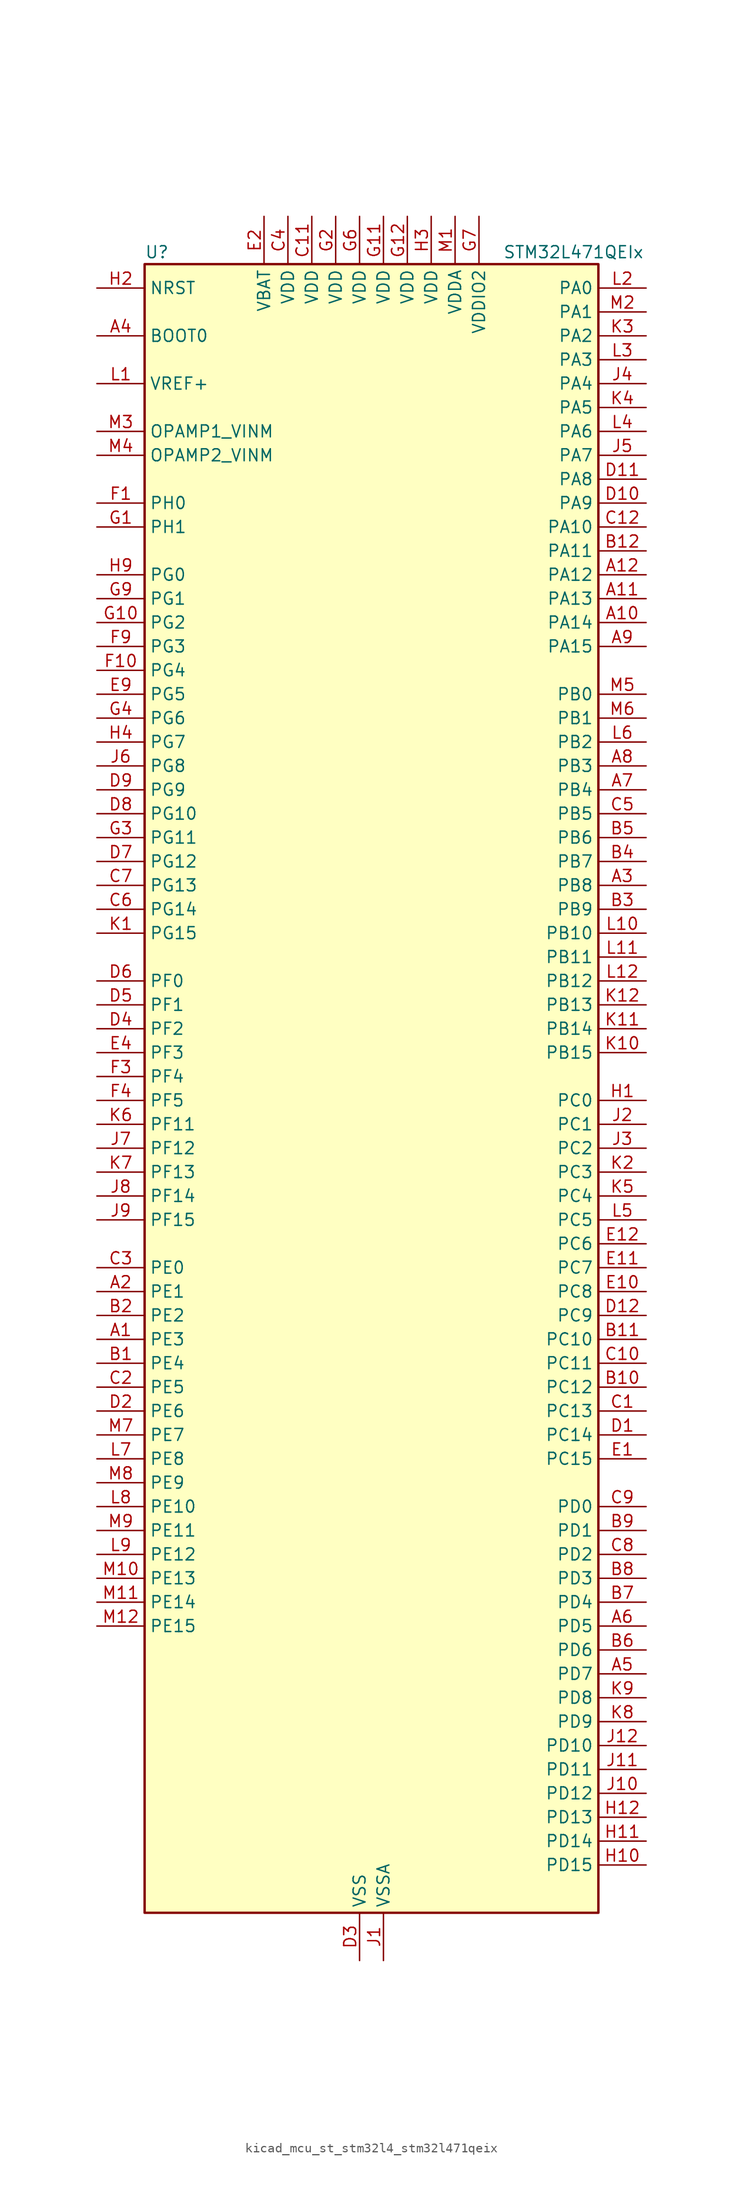
<source format=kicad_sym>
(kicad_symbol_lib
  (version 20220914)
  (generator kicad_symbol_editor)
  (symbol "kicad_mcu_st_stm32l4_stm32l471qeix"
    (property "Reference" "U"
      (at -22.86 90.17 0)
      (effects (font (size 1.27 1.27)) (justify left)))
    (property "Value" "STM32L471QEIx"
      (at 15.24 90.17 0)
      (effects (font (size 1.27 1.27)) (justify left)))
    (property "ki_locked" ""
      (at 0 0 0)
      (effects (font (size 1.27 1.27))))
    (symbol "kicad_mcu_st_stm32l4_stm32l471qeix_0_1"
      (rectangle (start -22.86 -86.36) (end 25.4 88.9) (stroke (width 0.254) (type default)) (fill (type background))))
    (symbol "kicad_mcu_st_stm32l4_stm32l471qeix_1_1"
      (pin bidirectional line (at -27.94 -25.4 0) (length 5.08) (name "PE3" (effects (font (size 1.27 1.27)))) (number "A1" (effects (font (size 1.27 1.27)))) (alternate "FMC_A19" bidirectional line) (alternate "SAI1_SD_B" bidirectional line) (alternate "SYS_TRACED0" bidirectional line) (alternate "TIM3_CH1" bidirectional line) (alternate "TSC_G7_IO2" bidirectional line))
      (pin bidirectional line (at 30.48 50.8 180) (length 5.08) (name "PA14" (effects (font (size 1.27 1.27)))) (number "A10" (effects (font (size 1.27 1.27)))) (alternate "SYS_JTCK-SWCLK" bidirectional line))
      (pin bidirectional line (at 30.48 53.34 180) (length 5.08) (name "PA13" (effects (font (size 1.27 1.27)))) (number "A11" (effects (font (size 1.27 1.27)))) (alternate "IR_OUT" bidirectional line) (alternate "SYS_JTMS-SWDIO" bidirectional line))
      (pin bidirectional line (at 30.48 55.88 180) (length 5.08) (name "PA12" (effects (font (size 1.27 1.27)))) (number "A12" (effects (font (size 1.27 1.27)))) (alternate "CAN1_TX" bidirectional line) (alternate "TIM1_ETR" bidirectional line) (alternate "USART1_DE" bidirectional line) (alternate "USART1_RTS" bidirectional line))
      (pin bidirectional line (at -27.94 -20.32 0) (length 5.08) (name "PE1" (effects (font (size 1.27 1.27)))) (number "A2" (effects (font (size 1.27 1.27)))) (alternate "FMC_NBL1" bidirectional line) (alternate "TIM17_CH1" bidirectional line))
      (pin bidirectional line (at 30.48 22.86 180) (length 5.08) (name "PB8" (effects (font (size 1.27 1.27)))) (number "A3" (effects (font (size 1.27 1.27)))) (alternate "CAN1_RX" bidirectional line) (alternate "DFSDM1_DATIN6" bidirectional line) (alternate "I2C1_SCL" bidirectional line) (alternate "SAI1_MCLK_A" bidirectional line) (alternate "SDMMC1_D4" bidirectional line) (alternate "TIM16_CH1" bidirectional line) (alternate "TIM4_CH3" bidirectional line))
      (pin input line (at -27.94 81.28 0) (length 5.08) (name "BOOT0" (effects (font (size 1.27 1.27)))) (number "A4" (effects (font (size 1.27 1.27)))))
      (pin bidirectional line (at 30.48 -60.96 180) (length 5.08) (name "PD7" (effects (font (size 1.27 1.27)))) (number "A5" (effects (font (size 1.27 1.27)))) (alternate "DFSDM1_CKIN1" bidirectional line) (alternate "FMC_NE1" bidirectional line) (alternate "USART2_CK" bidirectional line))
      (pin bidirectional line (at 30.48 -55.88 180) (length 5.08) (name "PD5" (effects (font (size 1.27 1.27)))) (number "A6" (effects (font (size 1.27 1.27)))) (alternate "FMC_NWE" bidirectional line) (alternate "USART2_TX" bidirectional line))
      (pin bidirectional line (at 30.48 33.02 180) (length 5.08) (name "PB4" (effects (font (size 1.27 1.27)))) (number "A7" (effects (font (size 1.27 1.27)))) (alternate "COMP2_INP" bidirectional line) (alternate "SAI1_MCLK_B" bidirectional line) (alternate "SPI1_MISO" bidirectional line) (alternate "SPI3_MISO" bidirectional line) (alternate "SYS_JTRST" bidirectional line) (alternate "TIM17_BKIN" bidirectional line) (alternate "TIM3_CH1" bidirectional line) (alternate "TSC_G2_IO1" bidirectional line) (alternate "UART5_DE" bidirectional line) (alternate "UART5_RTS" bidirectional line) (alternate "USART1_CTS" bidirectional line))
      (pin bidirectional line (at 30.48 35.56 180) (length 5.08) (name "PB3" (effects (font (size 1.27 1.27)))) (number "A8" (effects (font (size 1.27 1.27)))) (alternate "COMP2_INM" bidirectional line) (alternate "SAI1_SCK_B" bidirectional line) (alternate "SPI1_SCK" bidirectional line) (alternate "SPI3_SCK" bidirectional line) (alternate "SYS_JTDO-SWO" bidirectional line) (alternate "TIM2_CH2" bidirectional line) (alternate "USART1_DE" bidirectional line) (alternate "USART1_RTS" bidirectional line))
      (pin bidirectional line (at 30.48 48.26 180) (length 5.08) (name "PA15" (effects (font (size 1.27 1.27)))) (number "A9" (effects (font (size 1.27 1.27)))) (alternate "ADC1_EXTI15" bidirectional line) (alternate "ADC2_EXTI15" bidirectional line) (alternate "ADC3_EXTI15" bidirectional line) (alternate "SAI2_FS_B" bidirectional line) (alternate "SPI1_NSS" bidirectional line) (alternate "SPI3_NSS" bidirectional line) (alternate "SYS_JTDI" bidirectional line) (alternate "TIM2_CH1" bidirectional line) (alternate "TIM2_ETR" bidirectional line) (alternate "TSC_G3_IO1" bidirectional line) (alternate "UART4_DE" bidirectional line) (alternate "UART4_RTS" bidirectional line))
      (pin bidirectional line (at -27.94 -27.94 0) (length 5.08) (name "PE4" (effects (font (size 1.27 1.27)))) (number "B1" (effects (font (size 1.27 1.27)))) (alternate "DFSDM1_DATIN3" bidirectional line) (alternate "FMC_A20" bidirectional line) (alternate "SAI1_FS_A" bidirectional line) (alternate "SYS_TRACED1" bidirectional line) (alternate "TIM3_CH2" bidirectional line) (alternate "TSC_G7_IO3" bidirectional line))
      (pin bidirectional line (at 30.48 -30.48 180) (length 5.08) (name "PC12" (effects (font (size 1.27 1.27)))) (number "B10" (effects (font (size 1.27 1.27)))) (alternate "SAI2_SD_B" bidirectional line) (alternate "SDMMC1_CK" bidirectional line) (alternate "SPI3_MOSI" bidirectional line) (alternate "TSC_G3_IO4" bidirectional line) (alternate "UART5_TX" bidirectional line) (alternate "USART3_CK" bidirectional line))
      (pin bidirectional line (at 30.48 -25.4 180) (length 5.08) (name "PC10" (effects (font (size 1.27 1.27)))) (number "B11" (effects (font (size 1.27 1.27)))) (alternate "SAI2_SCK_B" bidirectional line) (alternate "SDMMC1_D2" bidirectional line) (alternate "SPI3_SCK" bidirectional line) (alternate "TSC_G3_IO2" bidirectional line) (alternate "UART4_TX" bidirectional line) (alternate "USART3_TX" bidirectional line))
      (pin bidirectional line (at 30.48 58.42 180) (length 5.08) (name "PA11" (effects (font (size 1.27 1.27)))) (number "B12" (effects (font (size 1.27 1.27)))) (alternate "ADC1_EXTI11" bidirectional line) (alternate "ADC2_EXTI11" bidirectional line) (alternate "ADC3_EXTI11" bidirectional line) (alternate "CAN1_RX" bidirectional line) (alternate "TIM1_BKIN2" bidirectional line) (alternate "TIM1_BKIN2_COMP1" bidirectional line) (alternate "TIM1_CH4" bidirectional line) (alternate "USART1_CTS" bidirectional line))
      (pin bidirectional line (at -27.94 -22.86 0) (length 5.08) (name "PE2" (effects (font (size 1.27 1.27)))) (number "B2" (effects (font (size 1.27 1.27)))) (alternate "FMC_A23" bidirectional line) (alternate "SAI1_MCLK_A" bidirectional line) (alternate "SYS_TRACECLK" bidirectional line) (alternate "TIM3_ETR" bidirectional line) (alternate "TSC_G7_IO1" bidirectional line))
      (pin bidirectional line (at 30.48 20.32 180) (length 5.08) (name "PB9" (effects (font (size 1.27 1.27)))) (number "B3" (effects (font (size 1.27 1.27)))) (alternate "CAN1_TX" bidirectional line) (alternate "DAC1_EXTI9" bidirectional line) (alternate "DFSDM1_CKIN6" bidirectional line) (alternate "I2C1_SDA" bidirectional line) (alternate "IR_OUT" bidirectional line) (alternate "SAI1_FS_A" bidirectional line) (alternate "SDMMC1_D5" bidirectional line) (alternate "SPI2_NSS" bidirectional line) (alternate "TIM17_CH1" bidirectional line) (alternate "TIM4_CH4" bidirectional line))
      (pin bidirectional line (at 30.48 25.4 180) (length 5.08) (name "PB7" (effects (font (size 1.27 1.27)))) (number "B4" (effects (font (size 1.27 1.27)))) (alternate "COMP2_INM" bidirectional line) (alternate "DFSDM1_CKIN5" bidirectional line) (alternate "FMC_NL" bidirectional line) (alternate "I2C1_SDA" bidirectional line) (alternate "LPTIM1_IN2" bidirectional line) (alternate "SYS_PVD_IN" bidirectional line) (alternate "TIM17_CH1N" bidirectional line) (alternate "TIM4_CH2" bidirectional line) (alternate "TIM8_BKIN" bidirectional line) (alternate "TIM8_BKIN_COMP1" bidirectional line) (alternate "TSC_G2_IO4" bidirectional line) (alternate "UART4_CTS" bidirectional line) (alternate "USART1_RX" bidirectional line))
      (pin bidirectional line (at 30.48 27.94 180) (length 5.08) (name "PB6" (effects (font (size 1.27 1.27)))) (number "B5" (effects (font (size 1.27 1.27)))) (alternate "COMP2_INP" bidirectional line) (alternate "DFSDM1_DATIN5" bidirectional line) (alternate "I2C1_SCL" bidirectional line) (alternate "LPTIM1_ETR" bidirectional line) (alternate "SAI1_FS_B" bidirectional line) (alternate "TIM16_CH1N" bidirectional line) (alternate "TIM4_CH1" bidirectional line) (alternate "TIM8_BKIN2" bidirectional line) (alternate "TIM8_BKIN2_COMP2" bidirectional line) (alternate "TSC_G2_IO3" bidirectional line) (alternate "USART1_TX" bidirectional line))
      (pin bidirectional line (at 30.48 -58.42 180) (length 5.08) (name "PD6" (effects (font (size 1.27 1.27)))) (number "B6" (effects (font (size 1.27 1.27)))) (alternate "DFSDM1_DATIN1" bidirectional line) (alternate "FMC_NWAIT" bidirectional line) (alternate "SAI1_SD_A" bidirectional line) (alternate "USART2_RX" bidirectional line))
      (pin bidirectional line (at 30.48 -53.34 180) (length 5.08) (name "PD4" (effects (font (size 1.27 1.27)))) (number "B7" (effects (font (size 1.27 1.27)))) (alternate "DFSDM1_CKIN0" bidirectional line) (alternate "FMC_NOE" bidirectional line) (alternate "SPI2_MOSI" bidirectional line) (alternate "USART2_DE" bidirectional line) (alternate "USART2_RTS" bidirectional line))
      (pin bidirectional line (at 30.48 -50.8 180) (length 5.08) (name "PD3" (effects (font (size 1.27 1.27)))) (number "B8" (effects (font (size 1.27 1.27)))) (alternate "DFSDM1_DATIN0" bidirectional line) (alternate "FMC_CLK" bidirectional line) (alternate "SPI2_MISO" bidirectional line) (alternate "USART2_CTS" bidirectional line))
      (pin bidirectional line (at 30.48 -45.72 180) (length 5.08) (name "PD1" (effects (font (size 1.27 1.27)))) (number "B9" (effects (font (size 1.27 1.27)))) (alternate "CAN1_TX" bidirectional line) (alternate "DFSDM1_CKIN7" bidirectional line) (alternate "FMC_D3" bidirectional line) (alternate "FMC_DA3" bidirectional line) (alternate "SPI2_SCK" bidirectional line))
      (pin bidirectional line (at 30.48 -33.02 180) (length 5.08) (name "PC13" (effects (font (size 1.27 1.27)))) (number "C1" (effects (font (size 1.27 1.27)))) (alternate "RTC_OUT_ALARM" bidirectional line) (alternate "RTC_OUT_CALIB" bidirectional line) (alternate "RTC_TAMP1" bidirectional line) (alternate "RTC_TS" bidirectional line) (alternate "SYS_WKUP2" bidirectional line))
      (pin bidirectional line (at 30.48 -27.94 180) (length 5.08) (name "PC11" (effects (font (size 1.27 1.27)))) (number "C10" (effects (font (size 1.27 1.27)))) (alternate "ADC1_EXTI11" bidirectional line) (alternate "ADC2_EXTI11" bidirectional line) (alternate "ADC3_EXTI11" bidirectional line) (alternate "SAI2_MCLK_B" bidirectional line) (alternate "SDMMC1_D3" bidirectional line) (alternate "SPI3_MISO" bidirectional line) (alternate "TSC_G3_IO3" bidirectional line) (alternate "UART4_RX" bidirectional line) (alternate "USART3_RX" bidirectional line))
      (pin power_in line (at -5.08 93.98 270) (length 5.08) (name "VDD" (effects (font (size 1.27 1.27)))) (number "C11" (effects (font (size 1.27 1.27)))))
      (pin bidirectional line (at 30.48 60.96 180) (length 5.08) (name "PA10" (effects (font (size 1.27 1.27)))) (number "C12" (effects (font (size 1.27 1.27)))) (alternate "TIM17_BKIN" bidirectional line) (alternate "TIM1_CH3" bidirectional line) (alternate "USART1_RX" bidirectional line))
      (pin bidirectional line (at -27.94 -30.48 0) (length 5.08) (name "PE5" (effects (font (size 1.27 1.27)))) (number "C2" (effects (font (size 1.27 1.27)))) (alternate "DFSDM1_CKIN3" bidirectional line) (alternate "FMC_A21" bidirectional line) (alternate "SAI1_SCK_A" bidirectional line) (alternate "SYS_TRACED2" bidirectional line) (alternate "TIM3_CH3" bidirectional line) (alternate "TSC_G7_IO4" bidirectional line))
      (pin bidirectional line (at -27.94 -17.78 0) (length 5.08) (name "PE0" (effects (font (size 1.27 1.27)))) (number "C3" (effects (font (size 1.27 1.27)))) (alternate "FMC_NBL0" bidirectional line) (alternate "TIM16_CH1" bidirectional line) (alternate "TIM4_ETR" bidirectional line))
      (pin power_in line (at -7.62 93.98 270) (length 5.08) (name "VDD" (effects (font (size 1.27 1.27)))) (number "C4" (effects (font (size 1.27 1.27)))))
      (pin bidirectional line (at 30.48 30.48 180) (length 5.08) (name "PB5" (effects (font (size 1.27 1.27)))) (number "C5" (effects (font (size 1.27 1.27)))) (alternate "COMP2_OUT" bidirectional line) (alternate "I2C1_SMBA" bidirectional line) (alternate "LPTIM1_IN1" bidirectional line) (alternate "SAI1_SD_B" bidirectional line) (alternate "SPI1_MOSI" bidirectional line) (alternate "SPI3_MOSI" bidirectional line) (alternate "TIM16_BKIN" bidirectional line) (alternate "TIM3_CH2" bidirectional line) (alternate "TSC_G2_IO2" bidirectional line) (alternate "UART5_CTS" bidirectional line) (alternate "USART1_CK" bidirectional line))
      (pin bidirectional line (at -27.94 20.32 0) (length 5.08) (name "PG14" (effects (font (size 1.27 1.27)))) (number "C6" (effects (font (size 1.27 1.27)))) (alternate "FMC_A25" bidirectional line) (alternate "I2C1_SCL" bidirectional line))
      (pin bidirectional line (at -27.94 22.86 0) (length 5.08) (name "PG13" (effects (font (size 1.27 1.27)))) (number "C7" (effects (font (size 1.27 1.27)))) (alternate "FMC_A24" bidirectional line) (alternate "I2C1_SDA" bidirectional line) (alternate "USART1_CK" bidirectional line))
      (pin bidirectional line (at 30.48 -48.26 180) (length 5.08) (name "PD2" (effects (font (size 1.27 1.27)))) (number "C8" (effects (font (size 1.27 1.27)))) (alternate "SDMMC1_CMD" bidirectional line) (alternate "TIM3_ETR" bidirectional line) (alternate "TSC_SYNC" bidirectional line) (alternate "UART5_RX" bidirectional line) (alternate "USART3_DE" bidirectional line) (alternate "USART3_RTS" bidirectional line))
      (pin bidirectional line (at 30.48 -43.18 180) (length 5.08) (name "PD0" (effects (font (size 1.27 1.27)))) (number "C9" (effects (font (size 1.27 1.27)))) (alternate "CAN1_RX" bidirectional line) (alternate "DFSDM1_DATIN7" bidirectional line) (alternate "FMC_D2" bidirectional line) (alternate "FMC_DA2" bidirectional line) (alternate "SPI2_NSS" bidirectional line))
      (pin bidirectional line (at 30.48 -35.56 180) (length 5.08) (name "PC14" (effects (font (size 1.27 1.27)))) (number "D1" (effects (font (size 1.27 1.27)))) (alternate "RCC_OSC32_IN" bidirectional line))
      (pin bidirectional line (at 30.48 63.5 180) (length 5.08) (name "PA9" (effects (font (size 1.27 1.27)))) (number "D10" (effects (font (size 1.27 1.27)))) (alternate "DAC1_EXTI9" bidirectional line) (alternate "TIM15_BKIN" bidirectional line) (alternate "TIM1_CH2" bidirectional line) (alternate "USART1_TX" bidirectional line))
      (pin bidirectional line (at 30.48 66.04 180) (length 5.08) (name "PA8" (effects (font (size 1.27 1.27)))) (number "D11" (effects (font (size 1.27 1.27)))) (alternate "LPTIM2_OUT" bidirectional line) (alternate "RCC_MCO" bidirectional line) (alternate "TIM1_CH1" bidirectional line) (alternate "USART1_CK" bidirectional line))
      (pin bidirectional line (at 30.48 -22.86 180) (length 5.08) (name "PC9" (effects (font (size 1.27 1.27)))) (number "D12" (effects (font (size 1.27 1.27)))) (alternate "DAC1_EXTI9" bidirectional line) (alternate "SAI2_EXTCLK" bidirectional line) (alternate "SDMMC1_D1" bidirectional line) (alternate "TIM3_CH4" bidirectional line) (alternate "TIM8_BKIN2" bidirectional line) (alternate "TIM8_BKIN2_COMP1" bidirectional line) (alternate "TIM8_CH4" bidirectional line) (alternate "TSC_G4_IO4" bidirectional line))
      (pin bidirectional line (at -27.94 -33.02 0) (length 5.08) (name "PE6" (effects (font (size 1.27 1.27)))) (number "D2" (effects (font (size 1.27 1.27)))) (alternate "FMC_A22" bidirectional line) (alternate "RTC_TAMP3" bidirectional line) (alternate "SAI1_SD_A" bidirectional line) (alternate "SYS_TRACED3" bidirectional line) (alternate "SYS_WKUP3" bidirectional line) (alternate "TIM3_CH4" bidirectional line))
      (pin power_in line (at 0 -91.44 90) (length 5.08) (name "VSS" (effects (font (size 1.27 1.27)))) (number "D3" (effects (font (size 1.27 1.27)))))
      (pin bidirectional line (at -27.94 7.62 0) (length 5.08) (name "PF2" (effects (font (size 1.27 1.27)))) (number "D4" (effects (font (size 1.27 1.27)))) (alternate "FMC_A2" bidirectional line) (alternate "I2C2_SMBA" bidirectional line))
      (pin bidirectional line (at -27.94 10.16 0) (length 5.08) (name "PF1" (effects (font (size 1.27 1.27)))) (number "D5" (effects (font (size 1.27 1.27)))) (alternate "FMC_A1" bidirectional line) (alternate "I2C2_SCL" bidirectional line))
      (pin bidirectional line (at -27.94 12.7 0) (length 5.08) (name "PF0" (effects (font (size 1.27 1.27)))) (number "D6" (effects (font (size 1.27 1.27)))) (alternate "FMC_A0" bidirectional line) (alternate "I2C2_SDA" bidirectional line))
      (pin bidirectional line (at -27.94 25.4 0) (length 5.08) (name "PG12" (effects (font (size 1.27 1.27)))) (number "D7" (effects (font (size 1.27 1.27)))) (alternate "FMC_NE4" bidirectional line) (alternate "LPTIM1_ETR" bidirectional line) (alternate "SAI2_SD_A" bidirectional line) (alternate "SPI3_NSS" bidirectional line) (alternate "USART1_DE" bidirectional line) (alternate "USART1_RTS" bidirectional line))
      (pin bidirectional line (at -27.94 30.48 0) (length 5.08) (name "PG10" (effects (font (size 1.27 1.27)))) (number "D8" (effects (font (size 1.27 1.27)))) (alternate "FMC_NE3" bidirectional line) (alternate "LPTIM1_IN1" bidirectional line) (alternate "SAI2_FS_A" bidirectional line) (alternate "SPI3_MISO" bidirectional line) (alternate "TIM15_CH1" bidirectional line) (alternate "USART1_RX" bidirectional line))
      (pin bidirectional line (at -27.94 33.02 0) (length 5.08) (name "PG9" (effects (font (size 1.27 1.27)))) (number "D9" (effects (font (size 1.27 1.27)))) (alternate "DAC1_EXTI9" bidirectional line) (alternate "FMC_NCE3" bidirectional line) (alternate "FMC_NE2" bidirectional line) (alternate "SAI2_SCK_A" bidirectional line) (alternate "SPI3_SCK" bidirectional line) (alternate "TIM15_CH1N" bidirectional line) (alternate "USART1_TX" bidirectional line))
      (pin bidirectional line (at 30.48 -38.1 180) (length 5.08) (name "PC15" (effects (font (size 1.27 1.27)))) (number "E1" (effects (font (size 1.27 1.27)))) (alternate "ADC1_EXTI15" bidirectional line) (alternate "ADC2_EXTI15" bidirectional line) (alternate "ADC3_EXTI15" bidirectional line) (alternate "RCC_OSC32_OUT" bidirectional line))
      (pin bidirectional line (at 30.48 -20.32 180) (length 5.08) (name "PC8" (effects (font (size 1.27 1.27)))) (number "E10" (effects (font (size 1.27 1.27)))) (alternate "SDMMC1_D0" bidirectional line) (alternate "TIM3_CH3" bidirectional line) (alternate "TIM8_CH3" bidirectional line) (alternate "TSC_G4_IO3" bidirectional line))
      (pin bidirectional line (at 30.48 -17.78 180) (length 5.08) (name "PC7" (effects (font (size 1.27 1.27)))) (number "E11" (effects (font (size 1.27 1.27)))) (alternate "DFSDM1_DATIN3" bidirectional line) (alternate "SAI2_MCLK_B" bidirectional line) (alternate "SDMMC1_D7" bidirectional line) (alternate "TIM3_CH2" bidirectional line) (alternate "TIM8_CH2" bidirectional line) (alternate "TSC_G4_IO2" bidirectional line))
      (pin bidirectional line (at 30.48 -15.24 180) (length 5.08) (name "PC6" (effects (font (size 1.27 1.27)))) (number "E12" (effects (font (size 1.27 1.27)))) (alternate "DFSDM1_CKIN3" bidirectional line) (alternate "SAI2_MCLK_A" bidirectional line) (alternate "SDMMC1_D6" bidirectional line) (alternate "TIM3_CH1" bidirectional line) (alternate "TIM8_CH1" bidirectional line) (alternate "TSC_G4_IO1" bidirectional line))
      (pin power_in line (at -10.16 93.98 270) (length 5.08) (name "VBAT" (effects (font (size 1.27 1.27)))) (number "E2" (effects (font (size 1.27 1.27)))))
      (pin passive line (at 0 -91.44 90) (length 5.08) hide (name "VSS" (effects (font (size 1.27 1.27)))) (number "E3" (effects (font (size 1.27 1.27)))))
      (pin bidirectional line (at -27.94 5.08 0) (length 5.08) (name "PF3" (effects (font (size 1.27 1.27)))) (number "E4" (effects (font (size 1.27 1.27)))) (alternate "ADC3_IN6" bidirectional line) (alternate "FMC_A3" bidirectional line))
      (pin bidirectional line (at -27.94 43.18 0) (length 5.08) (name "PG5" (effects (font (size 1.27 1.27)))) (number "E9" (effects (font (size 1.27 1.27)))) (alternate "FMC_A15" bidirectional line) (alternate "LPUART1_CTS" bidirectional line) (alternate "SAI2_SD_B" bidirectional line) (alternate "SPI1_NSS" bidirectional line))
      (pin bidirectional line (at -27.94 63.5 0) (length 5.08) (name "PH0" (effects (font (size 1.27 1.27)))) (number "F1" (effects (font (size 1.27 1.27)))) (alternate "RCC_OSC_IN" bidirectional line))
      (pin bidirectional line (at -27.94 45.72 0) (length 5.08) (name "PG4" (effects (font (size 1.27 1.27)))) (number "F10" (effects (font (size 1.27 1.27)))) (alternate "FMC_A14" bidirectional line) (alternate "SAI2_MCLK_B" bidirectional line) (alternate "SPI1_MOSI" bidirectional line))
      (pin passive line (at 0 -91.44 90) (length 5.08) hide (name "VSS" (effects (font (size 1.27 1.27)))) (number "F11" (effects (font (size 1.27 1.27)))))
      (pin passive line (at 0 -91.44 90) (length 5.08) hide (name "VSS" (effects (font (size 1.27 1.27)))) (number "F12" (effects (font (size 1.27 1.27)))))
      (pin passive line (at 0 -91.44 90) (length 5.08) hide (name "VSS" (effects (font (size 1.27 1.27)))) (number "F2" (effects (font (size 1.27 1.27)))))
      (pin bidirectional line (at -27.94 2.54 0) (length 5.08) (name "PF4" (effects (font (size 1.27 1.27)))) (number "F3" (effects (font (size 1.27 1.27)))) (alternate "ADC3_IN7" bidirectional line) (alternate "FMC_A4" bidirectional line))
      (pin bidirectional line (at -27.94 0 0) (length 5.08) (name "PF5" (effects (font (size 1.27 1.27)))) (number "F4" (effects (font (size 1.27 1.27)))) (alternate "ADC3_IN8" bidirectional line) (alternate "FMC_A5" bidirectional line))
      (pin passive line (at 0 -91.44 90) (length 5.08) hide (name "VSS" (effects (font (size 1.27 1.27)))) (number "F6" (effects (font (size 1.27 1.27)))))
      (pin passive line (at 0 -91.44 90) (length 5.08) hide (name "VSS" (effects (font (size 1.27 1.27)))) (number "F7" (effects (font (size 1.27 1.27)))))
      (pin bidirectional line (at -27.94 48.26 0) (length 5.08) (name "PG3" (effects (font (size 1.27 1.27)))) (number "F9" (effects (font (size 1.27 1.27)))) (alternate "FMC_A13" bidirectional line) (alternate "SAI2_FS_B" bidirectional line) (alternate "SPI1_MISO" bidirectional line))
      (pin bidirectional line (at -27.94 60.96 0) (length 5.08) (name "PH1" (effects (font (size 1.27 1.27)))) (number "G1" (effects (font (size 1.27 1.27)))) (alternate "RCC_OSC_OUT" bidirectional line))
      (pin bidirectional line (at -27.94 50.8 0) (length 5.08) (name "PG2" (effects (font (size 1.27 1.27)))) (number "G10" (effects (font (size 1.27 1.27)))) (alternate "FMC_A12" bidirectional line) (alternate "SAI2_SCK_B" bidirectional line) (alternate "SPI1_SCK" bidirectional line))
      (pin power_in line (at 2.54 93.98 270) (length 5.08) (name "VDD" (effects (font (size 1.27 1.27)))) (number "G11" (effects (font (size 1.27 1.27)))))
      (pin power_in line (at 5.08 93.98 270) (length 5.08) (name "VDD" (effects (font (size 1.27 1.27)))) (number "G12" (effects (font (size 1.27 1.27)))))
      (pin power_in line (at -2.54 93.98 270) (length 5.08) (name "VDD" (effects (font (size 1.27 1.27)))) (number "G2" (effects (font (size 1.27 1.27)))))
      (pin bidirectional line (at -27.94 27.94 0) (length 5.08) (name "PG11" (effects (font (size 1.27 1.27)))) (number "G3" (effects (font (size 1.27 1.27)))) (alternate "ADC1_EXTI11" bidirectional line) (alternate "ADC2_EXTI11" bidirectional line) (alternate "ADC3_EXTI11" bidirectional line) (alternate "LPTIM1_IN2" bidirectional line) (alternate "SAI2_MCLK_A" bidirectional line) (alternate "SPI3_MOSI" bidirectional line) (alternate "TIM15_CH2" bidirectional line) (alternate "USART1_CTS" bidirectional line))
      (pin bidirectional line (at -27.94 40.64 0) (length 5.08) (name "PG6" (effects (font (size 1.27 1.27)))) (number "G4" (effects (font (size 1.27 1.27)))) (alternate "I2C3_SMBA" bidirectional line) (alternate "LPUART1_DE" bidirectional line) (alternate "LPUART1_RTS" bidirectional line))
      (pin power_in line (at 0 93.98 270) (length 5.08) (name "VDD" (effects (font (size 1.27 1.27)))) (number "G6" (effects (font (size 1.27 1.27)))))
      (pin power_in line (at 12.7 93.98 270) (length 5.08) (name "VDDIO2" (effects (font (size 1.27 1.27)))) (number "G7" (effects (font (size 1.27 1.27)))))
      (pin bidirectional line (at -27.94 53.34 0) (length 5.08) (name "PG1" (effects (font (size 1.27 1.27)))) (number "G9" (effects (font (size 1.27 1.27)))) (alternate "FMC_A11" bidirectional line) (alternate "TSC_G8_IO4" bidirectional line))
      (pin bidirectional line (at 30.48 0 180) (length 5.08) (name "PC0" (effects (font (size 1.27 1.27)))) (number "H1" (effects (font (size 1.27 1.27)))) (alternate "ADC1_IN1" bidirectional line) (alternate "ADC2_IN1" bidirectional line) (alternate "ADC3_IN1" bidirectional line) (alternate "DFSDM1_DATIN4" bidirectional line) (alternate "I2C3_SCL" bidirectional line) (alternate "LPTIM1_IN1" bidirectional line) (alternate "LPTIM2_IN1" bidirectional line) (alternate "LPUART1_RX" bidirectional line))
      (pin bidirectional line (at 30.48 -81.28 180) (length 5.08) (name "PD15" (effects (font (size 1.27 1.27)))) (number "H10" (effects (font (size 1.27 1.27)))) (alternate "ADC1_EXTI15" bidirectional line) (alternate "ADC2_EXTI15" bidirectional line) (alternate "ADC3_EXTI15" bidirectional line) (alternate "FMC_D1" bidirectional line) (alternate "FMC_DA1" bidirectional line) (alternate "TIM4_CH4" bidirectional line))
      (pin bidirectional line (at 30.48 -78.74 180) (length 5.08) (name "PD14" (effects (font (size 1.27 1.27)))) (number "H11" (effects (font (size 1.27 1.27)))) (alternate "FMC_D0" bidirectional line) (alternate "FMC_DA0" bidirectional line) (alternate "TIM4_CH3" bidirectional line))
      (pin bidirectional line (at 30.48 -76.2 180) (length 5.08) (name "PD13" (effects (font (size 1.27 1.27)))) (number "H12" (effects (font (size 1.27 1.27)))) (alternate "FMC_A18" bidirectional line) (alternate "LPTIM2_OUT" bidirectional line) (alternate "TIM4_CH2" bidirectional line) (alternate "TSC_G6_IO4" bidirectional line))
      (pin input line (at -27.94 86.36 0) (length 5.08) (name "NRST" (effects (font (size 1.27 1.27)))) (number "H2" (effects (font (size 1.27 1.27)))))
      (pin power_in line (at 7.62 93.98 270) (length 5.08) (name "VDD" (effects (font (size 1.27 1.27)))) (number "H3" (effects (font (size 1.27 1.27)))))
      (pin bidirectional line (at -27.94 38.1 0) (length 5.08) (name "PG7" (effects (font (size 1.27 1.27)))) (number "H4" (effects (font (size 1.27 1.27)))) (alternate "FMC_INT3" bidirectional line) (alternate "I2C3_SCL" bidirectional line) (alternate "LPUART1_TX" bidirectional line))
      (pin bidirectional line (at -27.94 55.88 0) (length 5.08) (name "PG0" (effects (font (size 1.27 1.27)))) (number "H9" (effects (font (size 1.27 1.27)))) (alternate "FMC_A10" bidirectional line) (alternate "TSC_G8_IO3" bidirectional line))
      (pin power_in line (at 2.54 -91.44 90) (length 5.08) (name "VSSA" (effects (font (size 1.27 1.27)))) (number "J1" (effects (font (size 1.27 1.27)))))
      (pin bidirectional line (at 30.48 -73.66 180) (length 5.08) (name "PD12" (effects (font (size 1.27 1.27)))) (number "J10" (effects (font (size 1.27 1.27)))) (alternate "FMC_A17" bidirectional line) (alternate "FMC_ALE" bidirectional line) (alternate "LPTIM2_IN1" bidirectional line) (alternate "SAI2_FS_A" bidirectional line) (alternate "TIM4_CH1" bidirectional line) (alternate "TSC_G6_IO3" bidirectional line) (alternate "USART3_DE" bidirectional line) (alternate "USART3_RTS" bidirectional line))
      (pin bidirectional line (at 30.48 -71.12 180) (length 5.08) (name "PD11" (effects (font (size 1.27 1.27)))) (number "J11" (effects (font (size 1.27 1.27)))) (alternate "ADC1_EXTI11" bidirectional line) (alternate "ADC2_EXTI11" bidirectional line) (alternate "ADC3_EXTI11" bidirectional line) (alternate "FMC_A16" bidirectional line) (alternate "FMC_CLE" bidirectional line) (alternate "LPTIM2_ETR" bidirectional line) (alternate "SAI2_SD_A" bidirectional line) (alternate "TSC_G6_IO2" bidirectional line) (alternate "USART3_CTS" bidirectional line))
      (pin bidirectional line (at 30.48 -68.58 180) (length 5.08) (name "PD10" (effects (font (size 1.27 1.27)))) (number "J12" (effects (font (size 1.27 1.27)))) (alternate "FMC_D15" bidirectional line) (alternate "FMC_DA15" bidirectional line) (alternate "SAI2_SCK_A" bidirectional line) (alternate "TSC_G6_IO1" bidirectional line) (alternate "USART3_CK" bidirectional line))
      (pin bidirectional line (at 30.48 -2.54 180) (length 5.08) (name "PC1" (effects (font (size 1.27 1.27)))) (number "J2" (effects (font (size 1.27 1.27)))) (alternate "ADC1_IN2" bidirectional line) (alternate "ADC2_IN2" bidirectional line) (alternate "ADC3_IN2" bidirectional line) (alternate "DFSDM1_CKIN4" bidirectional line) (alternate "I2C3_SDA" bidirectional line) (alternate "LPTIM1_OUT" bidirectional line) (alternate "LPUART1_TX" bidirectional line))
      (pin bidirectional line (at 30.48 -5.08 180) (length 5.08) (name "PC2" (effects (font (size 1.27 1.27)))) (number "J3" (effects (font (size 1.27 1.27)))) (alternate "ADC1_IN3" bidirectional line) (alternate "ADC2_IN3" bidirectional line) (alternate "ADC3_IN3" bidirectional line) (alternate "DFSDM1_CKOUT" bidirectional line) (alternate "LPTIM1_IN2" bidirectional line) (alternate "SPI2_MISO" bidirectional line))
      (pin bidirectional line (at 30.48 76.2 180) (length 5.08) (name "PA4" (effects (font (size 1.27 1.27)))) (number "J4" (effects (font (size 1.27 1.27)))) (alternate "ADC1_IN9" bidirectional line) (alternate "ADC2_IN9" bidirectional line) (alternate "DAC1_OUT1" bidirectional line) (alternate "LPTIM2_OUT" bidirectional line) (alternate "SAI1_FS_B" bidirectional line) (alternate "SPI1_NSS" bidirectional line) (alternate "SPI3_NSS" bidirectional line) (alternate "USART2_CK" bidirectional line))
      (pin bidirectional line (at 30.48 68.58 180) (length 5.08) (name "PA7" (effects (font (size 1.27 1.27)))) (number "J5" (effects (font (size 1.27 1.27)))) (alternate "ADC1_IN12" bidirectional line) (alternate "ADC2_IN12" bidirectional line) (alternate "OPAMP2_VINM" bidirectional line) (alternate "QUADSPI_BK1_IO2" bidirectional line) (alternate "SPI1_MOSI" bidirectional line) (alternate "TIM17_CH1" bidirectional line) (alternate "TIM1_CH1N" bidirectional line) (alternate "TIM3_CH2" bidirectional line) (alternate "TIM8_CH1N" bidirectional line))
      (pin bidirectional line (at -27.94 35.56 0) (length 5.08) (name "PG8" (effects (font (size 1.27 1.27)))) (number "J6" (effects (font (size 1.27 1.27)))) (alternate "I2C3_SDA" bidirectional line) (alternate "LPUART1_RX" bidirectional line))
      (pin bidirectional line (at -27.94 -5.08 0) (length 5.08) (name "PF12" (effects (font (size 1.27 1.27)))) (number "J7" (effects (font (size 1.27 1.27)))) (alternate "FMC_A6" bidirectional line))
      (pin bidirectional line (at -27.94 -10.16 0) (length 5.08) (name "PF14" (effects (font (size 1.27 1.27)))) (number "J8" (effects (font (size 1.27 1.27)))) (alternate "DFSDM1_CKIN6" bidirectional line) (alternate "FMC_A8" bidirectional line) (alternate "TSC_G8_IO1" bidirectional line))
      (pin bidirectional line (at -27.94 -12.7 0) (length 5.08) (name "PF15" (effects (font (size 1.27 1.27)))) (number "J9" (effects (font (size 1.27 1.27)))) (alternate "ADC1_EXTI15" bidirectional line) (alternate "ADC2_EXTI15" bidirectional line) (alternate "ADC3_EXTI15" bidirectional line) (alternate "FMC_A9" bidirectional line) (alternate "TSC_G8_IO2" bidirectional line))
      (pin bidirectional line (at -27.94 17.78 0) (length 5.08) (name "PG15" (effects (font (size 1.27 1.27)))) (number "K1" (effects (font (size 1.27 1.27)))) (alternate "ADC1_EXTI15" bidirectional line) (alternate "ADC2_EXTI15" bidirectional line) (alternate "ADC3_EXTI15" bidirectional line) (alternate "I2C1_SMBA" bidirectional line) (alternate "LPTIM1_OUT" bidirectional line))
      (pin bidirectional line (at 30.48 5.08 180) (length 5.08) (name "PB15" (effects (font (size 1.27 1.27)))) (number "K10" (effects (font (size 1.27 1.27)))) (alternate "ADC1_EXTI15" bidirectional line) (alternate "ADC2_EXTI15" bidirectional line) (alternate "ADC3_EXTI15" bidirectional line) (alternate "DFSDM1_CKIN2" bidirectional line) (alternate "RTC_REFIN" bidirectional line) (alternate "SAI2_SD_A" bidirectional line) (alternate "SPI2_MOSI" bidirectional line) (alternate "SWPMI1_SUSPEND" bidirectional line) (alternate "TIM15_CH2" bidirectional line) (alternate "TIM1_CH3N" bidirectional line) (alternate "TIM8_CH3N" bidirectional line) (alternate "TSC_G1_IO4" bidirectional line))
      (pin bidirectional line (at 30.48 7.62 180) (length 5.08) (name "PB14" (effects (font (size 1.27 1.27)))) (number "K11" (effects (font (size 1.27 1.27)))) (alternate "DFSDM1_DATIN2" bidirectional line) (alternate "I2C2_SDA" bidirectional line) (alternate "SAI2_MCLK_A" bidirectional line) (alternate "SPI2_MISO" bidirectional line) (alternate "SWPMI1_RX" bidirectional line) (alternate "TIM15_CH1" bidirectional line) (alternate "TIM1_CH2N" bidirectional line) (alternate "TIM8_CH2N" bidirectional line) (alternate "TSC_G1_IO3" bidirectional line) (alternate "USART3_DE" bidirectional line) (alternate "USART3_RTS" bidirectional line))
      (pin bidirectional line (at 30.48 10.16 180) (length 5.08) (name "PB13" (effects (font (size 1.27 1.27)))) (number "K12" (effects (font (size 1.27 1.27)))) (alternate "DFSDM1_CKIN1" bidirectional line) (alternate "I2C2_SCL" bidirectional line) (alternate "LPUART1_CTS" bidirectional line) (alternate "SAI2_SCK_A" bidirectional line) (alternate "SPI2_SCK" bidirectional line) (alternate "SWPMI1_TX" bidirectional line) (alternate "TIM15_CH1N" bidirectional line) (alternate "TIM1_CH1N" bidirectional line) (alternate "TSC_G1_IO2" bidirectional line) (alternate "USART3_CTS" bidirectional line))
      (pin bidirectional line (at 30.48 -7.62 180) (length 5.08) (name "PC3" (effects (font (size 1.27 1.27)))) (number "K2" (effects (font (size 1.27 1.27)))) (alternate "ADC1_IN4" bidirectional line) (alternate "ADC2_IN4" bidirectional line) (alternate "ADC3_IN4" bidirectional line) (alternate "LPTIM1_ETR" bidirectional line) (alternate "LPTIM2_ETR" bidirectional line) (alternate "SAI1_SD_A" bidirectional line) (alternate "SPI2_MOSI" bidirectional line))
      (pin bidirectional line (at 30.48 81.28 180) (length 5.08) (name "PA2" (effects (font (size 1.27 1.27)))) (number "K3" (effects (font (size 1.27 1.27)))) (alternate "ADC1_IN7" bidirectional line) (alternate "ADC2_IN7" bidirectional line) (alternate "RCC_LSCO" bidirectional line) (alternate "SAI2_EXTCLK" bidirectional line) (alternate "SYS_WKUP4" bidirectional line) (alternate "TIM15_CH1" bidirectional line) (alternate "TIM2_CH3" bidirectional line) (alternate "TIM5_CH3" bidirectional line) (alternate "USART2_TX" bidirectional line))
      (pin bidirectional line (at 30.48 73.66 180) (length 5.08) (name "PA5" (effects (font (size 1.27 1.27)))) (number "K4" (effects (font (size 1.27 1.27)))) (alternate "ADC1_IN10" bidirectional line) (alternate "ADC2_IN10" bidirectional line) (alternate "DAC1_OUT2" bidirectional line) (alternate "LPTIM2_ETR" bidirectional line) (alternate "SPI1_SCK" bidirectional line) (alternate "TIM2_CH1" bidirectional line) (alternate "TIM2_ETR" bidirectional line) (alternate "TIM8_CH1N" bidirectional line))
      (pin bidirectional line (at 30.48 -10.16 180) (length 5.08) (name "PC4" (effects (font (size 1.27 1.27)))) (number "K5" (effects (font (size 1.27 1.27)))) (alternate "ADC1_IN13" bidirectional line) (alternate "ADC2_IN13" bidirectional line) (alternate "COMP1_INM" bidirectional line) (alternate "USART3_TX" bidirectional line))
      (pin bidirectional line (at -27.94 -2.54 0) (length 5.08) (name "PF11" (effects (font (size 1.27 1.27)))) (number "K6" (effects (font (size 1.27 1.27)))) (alternate "ADC1_EXTI11" bidirectional line) (alternate "ADC2_EXTI11" bidirectional line) (alternate "ADC3_EXTI11" bidirectional line))
      (pin bidirectional line (at -27.94 -7.62 0) (length 5.08) (name "PF13" (effects (font (size 1.27 1.27)))) (number "K7" (effects (font (size 1.27 1.27)))) (alternate "DFSDM1_DATIN6" bidirectional line) (alternate "FMC_A7" bidirectional line))
      (pin bidirectional line (at 30.48 -66.04 180) (length 5.08) (name "PD9" (effects (font (size 1.27 1.27)))) (number "K8" (effects (font (size 1.27 1.27)))) (alternate "DAC1_EXTI9" bidirectional line) (alternate "FMC_D14" bidirectional line) (alternate "FMC_DA14" bidirectional line) (alternate "SAI2_MCLK_A" bidirectional line) (alternate "USART3_RX" bidirectional line))
      (pin bidirectional line (at 30.48 -63.5 180) (length 5.08) (name "PD8" (effects (font (size 1.27 1.27)))) (number "K9" (effects (font (size 1.27 1.27)))) (alternate "FMC_D13" bidirectional line) (alternate "FMC_DA13" bidirectional line) (alternate "USART3_TX" bidirectional line))
      (pin input line (at -27.94 76.2 0) (length 5.08) (name "VREF+" (effects (font (size 1.27 1.27)))) (number "L1" (effects (font (size 1.27 1.27)))) (alternate "VREFBUF_OUT" bidirectional line))
      (pin bidirectional line (at 30.48 17.78 180) (length 5.08) (name "PB10" (effects (font (size 1.27 1.27)))) (number "L10" (effects (font (size 1.27 1.27)))) (alternate "COMP1_OUT" bidirectional line) (alternate "DFSDM1_DATIN7" bidirectional line) (alternate "I2C2_SCL" bidirectional line) (alternate "LPUART1_RX" bidirectional line) (alternate "QUADSPI_CLK" bidirectional line) (alternate "SAI1_SCK_A" bidirectional line) (alternate "SPI2_SCK" bidirectional line) (alternate "TIM2_CH3" bidirectional line) (alternate "USART3_TX" bidirectional line))
      (pin bidirectional line (at 30.48 15.24 180) (length 5.08) (name "PB11" (effects (font (size 1.27 1.27)))) (number "L11" (effects (font (size 1.27 1.27)))) (alternate "ADC1_EXTI11" bidirectional line) (alternate "ADC2_EXTI11" bidirectional line) (alternate "ADC3_EXTI11" bidirectional line) (alternate "COMP2_OUT" bidirectional line) (alternate "DFSDM1_CKIN7" bidirectional line) (alternate "I2C2_SDA" bidirectional line) (alternate "LPUART1_TX" bidirectional line) (alternate "QUADSPI_NCS" bidirectional line) (alternate "TIM2_CH4" bidirectional line) (alternate "USART3_RX" bidirectional line))
      (pin bidirectional line (at 30.48 12.7 180) (length 5.08) (name "PB12" (effects (font (size 1.27 1.27)))) (number "L12" (effects (font (size 1.27 1.27)))) (alternate "DFSDM1_DATIN1" bidirectional line) (alternate "I2C2_SMBA" bidirectional line) (alternate "LPUART1_DE" bidirectional line) (alternate "LPUART1_RTS" bidirectional line) (alternate "SAI2_FS_A" bidirectional line) (alternate "SPI2_NSS" bidirectional line) (alternate "SWPMI1_IO" bidirectional line) (alternate "TIM15_BKIN" bidirectional line) (alternate "TIM1_BKIN" bidirectional line) (alternate "TIM1_BKIN_COMP2" bidirectional line) (alternate "TSC_G1_IO1" bidirectional line) (alternate "USART3_CK" bidirectional line))
      (pin bidirectional line (at 30.48 86.36 180) (length 5.08) (name "PA0" (effects (font (size 1.27 1.27)))) (number "L2" (effects (font (size 1.27 1.27)))) (alternate "ADC1_IN5" bidirectional line) (alternate "ADC2_IN5" bidirectional line) (alternate "OPAMP1_VINP" bidirectional line) (alternate "RTC_TAMP2" bidirectional line) (alternate "SAI1_EXTCLK" bidirectional line) (alternate "SYS_WKUP1" bidirectional line) (alternate "TIM2_CH1" bidirectional line) (alternate "TIM2_ETR" bidirectional line) (alternate "TIM5_CH1" bidirectional line) (alternate "TIM8_ETR" bidirectional line) (alternate "UART4_TX" bidirectional line) (alternate "USART2_CTS" bidirectional line))
      (pin bidirectional line (at 30.48 78.74 180) (length 5.08) (name "PA3" (effects (font (size 1.27 1.27)))) (number "L3" (effects (font (size 1.27 1.27)))) (alternate "ADC1_IN8" bidirectional line) (alternate "ADC2_IN8" bidirectional line) (alternate "OPAMP1_VOUT" bidirectional line) (alternate "TIM15_CH2" bidirectional line) (alternate "TIM2_CH4" bidirectional line) (alternate "TIM5_CH4" bidirectional line) (alternate "USART2_RX" bidirectional line))
      (pin bidirectional line (at 30.48 71.12 180) (length 5.08) (name "PA6" (effects (font (size 1.27 1.27)))) (number "L4" (effects (font (size 1.27 1.27)))) (alternate "ADC1_IN11" bidirectional line) (alternate "ADC2_IN11" bidirectional line) (alternate "OPAMP2_VINP" bidirectional line) (alternate "QUADSPI_BK1_IO3" bidirectional line) (alternate "SPI1_MISO" bidirectional line) (alternate "TIM16_CH1" bidirectional line) (alternate "TIM1_BKIN" bidirectional line) (alternate "TIM1_BKIN_COMP2" bidirectional line) (alternate "TIM3_CH1" bidirectional line) (alternate "TIM8_BKIN" bidirectional line) (alternate "TIM8_BKIN_COMP2" bidirectional line) (alternate "USART3_CTS" bidirectional line))
      (pin bidirectional line (at 30.48 -12.7 180) (length 5.08) (name "PC5" (effects (font (size 1.27 1.27)))) (number "L5" (effects (font (size 1.27 1.27)))) (alternate "ADC1_IN14" bidirectional line) (alternate "ADC2_IN14" bidirectional line) (alternate "COMP1_INP" bidirectional line) (alternate "SYS_WKUP5" bidirectional line) (alternate "USART3_RX" bidirectional line))
      (pin bidirectional line (at 30.48 38.1 180) (length 5.08) (name "PB2" (effects (font (size 1.27 1.27)))) (number "L6" (effects (font (size 1.27 1.27)))) (alternate "COMP1_INP" bidirectional line) (alternate "DFSDM1_CKIN0" bidirectional line) (alternate "I2C3_SMBA" bidirectional line) (alternate "LPTIM1_OUT" bidirectional line) (alternate "RTC_OUT_ALARM" bidirectional line) (alternate "RTC_OUT_CALIB" bidirectional line))
      (pin bidirectional line (at -27.94 -38.1 0) (length 5.08) (name "PE8" (effects (font (size 1.27 1.27)))) (number "L7" (effects (font (size 1.27 1.27)))) (alternate "DFSDM1_CKIN2" bidirectional line) (alternate "FMC_D5" bidirectional line) (alternate "FMC_DA5" bidirectional line) (alternate "SAI1_SCK_B" bidirectional line) (alternate "TIM1_CH1N" bidirectional line))
      (pin bidirectional line (at -27.94 -43.18 0) (length 5.08) (name "PE10" (effects (font (size 1.27 1.27)))) (number "L8" (effects (font (size 1.27 1.27)))) (alternate "DFSDM1_DATIN4" bidirectional line) (alternate "FMC_D7" bidirectional line) (alternate "FMC_DA7" bidirectional line) (alternate "QUADSPI_CLK" bidirectional line) (alternate "SAI1_MCLK_B" bidirectional line) (alternate "TIM1_CH2N" bidirectional line) (alternate "TSC_G5_IO1" bidirectional line))
      (pin bidirectional line (at -27.94 -48.26 0) (length 5.08) (name "PE12" (effects (font (size 1.27 1.27)))) (number "L9" (effects (font (size 1.27 1.27)))) (alternate "DFSDM1_DATIN5" bidirectional line) (alternate "FMC_D9" bidirectional line) (alternate "FMC_DA9" bidirectional line) (alternate "QUADSPI_BK1_IO0" bidirectional line) (alternate "SPI1_NSS" bidirectional line) (alternate "TIM1_CH3N" bidirectional line) (alternate "TSC_G5_IO3" bidirectional line))
      (pin power_in line (at 10.16 93.98 270) (length 5.08) (name "VDDA" (effects (font (size 1.27 1.27)))) (number "M1" (effects (font (size 1.27 1.27)))))
      (pin bidirectional line (at -27.94 -50.8 0) (length 5.08) (name "PE13" (effects (font (size 1.27 1.27)))) (number "M10" (effects (font (size 1.27 1.27)))) (alternate "DFSDM1_CKIN5" bidirectional line) (alternate "FMC_D10" bidirectional line) (alternate "FMC_DA10" bidirectional line) (alternate "QUADSPI_BK1_IO1" bidirectional line) (alternate "SPI1_SCK" bidirectional line) (alternate "TIM1_CH3" bidirectional line) (alternate "TSC_G5_IO4" bidirectional line))
      (pin bidirectional line (at -27.94 -53.34 0) (length 5.08) (name "PE14" (effects (font (size 1.27 1.27)))) (number "M11" (effects (font (size 1.27 1.27)))) (alternate "FMC_D11" bidirectional line) (alternate "FMC_DA11" bidirectional line) (alternate "QUADSPI_BK1_IO2" bidirectional line) (alternate "SPI1_MISO" bidirectional line) (alternate "TIM1_BKIN2" bidirectional line) (alternate "TIM1_BKIN2_COMP2" bidirectional line) (alternate "TIM1_CH4" bidirectional line))
      (pin bidirectional line (at -27.94 -55.88 0) (length 5.08) (name "PE15" (effects (font (size 1.27 1.27)))) (number "M12" (effects (font (size 1.27 1.27)))) (alternate "ADC1_EXTI15" bidirectional line) (alternate "ADC2_EXTI15" bidirectional line) (alternate "ADC3_EXTI15" bidirectional line) (alternate "FMC_D12" bidirectional line) (alternate "FMC_DA12" bidirectional line) (alternate "QUADSPI_BK1_IO3" bidirectional line) (alternate "SPI1_MOSI" bidirectional line) (alternate "TIM1_BKIN" bidirectional line) (alternate "TIM1_BKIN_COMP1" bidirectional line))
      (pin bidirectional line (at 30.48 83.82 180) (length 5.08) (name "PA1" (effects (font (size 1.27 1.27)))) (number "M2" (effects (font (size 1.27 1.27)))) (alternate "ADC1_IN6" bidirectional line) (alternate "ADC2_IN6" bidirectional line) (alternate "OPAMP1_VINM" bidirectional line) (alternate "TIM15_CH1N" bidirectional line) (alternate "TIM2_CH2" bidirectional line) (alternate "TIM5_CH2" bidirectional line) (alternate "UART4_RX" bidirectional line) (alternate "USART2_DE" bidirectional line) (alternate "USART2_RTS" bidirectional line))
      (pin bidirectional line (at -27.94 71.12 0) (length 5.08) (name "OPAMP1_VINM" (effects (font (size 1.27 1.27)))) (number "M3" (effects (font (size 1.27 1.27)))) (alternate "OPAMP1_VINM" bidirectional line))
      (pin bidirectional line (at -27.94 68.58 0) (length 5.08) (name "OPAMP2_VINM" (effects (font (size 1.27 1.27)))) (number "M4" (effects (font (size 1.27 1.27)))) (alternate "OPAMP2_VINM" bidirectional line))
      (pin bidirectional line (at 30.48 43.18 180) (length 5.08) (name "PB0" (effects (font (size 1.27 1.27)))) (number "M5" (effects (font (size 1.27 1.27)))) (alternate "ADC1_IN15" bidirectional line) (alternate "ADC2_IN15" bidirectional line) (alternate "COMP1_OUT" bidirectional line) (alternate "OPAMP2_VOUT" bidirectional line) (alternate "QUADSPI_BK1_IO1" bidirectional line) (alternate "TIM1_CH2N" bidirectional line) (alternate "TIM3_CH3" bidirectional line) (alternate "TIM8_CH2N" bidirectional line) (alternate "USART3_CK" bidirectional line))
      (pin bidirectional line (at 30.48 40.64 180) (length 5.08) (name "PB1" (effects (font (size 1.27 1.27)))) (number "M6" (effects (font (size 1.27 1.27)))) (alternate "ADC1_IN16" bidirectional line) (alternate "ADC2_IN16" bidirectional line) (alternate "COMP1_INM" bidirectional line) (alternate "DFSDM1_DATIN0" bidirectional line) (alternate "LPTIM2_IN1" bidirectional line) (alternate "QUADSPI_BK1_IO0" bidirectional line) (alternate "TIM1_CH3N" bidirectional line) (alternate "TIM3_CH4" bidirectional line) (alternate "TIM8_CH3N" bidirectional line) (alternate "USART3_DE" bidirectional line) (alternate "USART3_RTS" bidirectional line))
      (pin bidirectional line (at -27.94 -35.56 0) (length 5.08) (name "PE7" (effects (font (size 1.27 1.27)))) (number "M7" (effects (font (size 1.27 1.27)))) (alternate "DFSDM1_DATIN2" bidirectional line) (alternate "FMC_D4" bidirectional line) (alternate "FMC_DA4" bidirectional line) (alternate "SAI1_SD_B" bidirectional line) (alternate "TIM1_ETR" bidirectional line))
      (pin bidirectional line (at -27.94 -40.64 0) (length 5.08) (name "PE9" (effects (font (size 1.27 1.27)))) (number "M8" (effects (font (size 1.27 1.27)))) (alternate "DAC1_EXTI9" bidirectional line) (alternate "DFSDM1_CKOUT" bidirectional line) (alternate "FMC_D6" bidirectional line) (alternate "FMC_DA6" bidirectional line) (alternate "SAI1_FS_B" bidirectional line) (alternate "TIM1_CH1" bidirectional line))
      (pin bidirectional line (at -27.94 -45.72 0) (length 5.08) (name "PE11" (effects (font (size 1.27 1.27)))) (number "M9" (effects (font (size 1.27 1.27)))) (alternate "ADC1_EXTI11" bidirectional line) (alternate "ADC2_EXTI11" bidirectional line) (alternate "ADC3_EXTI11" bidirectional line) (alternate "DFSDM1_CKIN4" bidirectional line) (alternate "FMC_D8" bidirectional line) (alternate "FMC_DA8" bidirectional line) (alternate "QUADSPI_NCS" bidirectional line) (alternate "TIM1_CH2" bidirectional line) (alternate "TSC_G5_IO2" bidirectional line)))))
</source>
